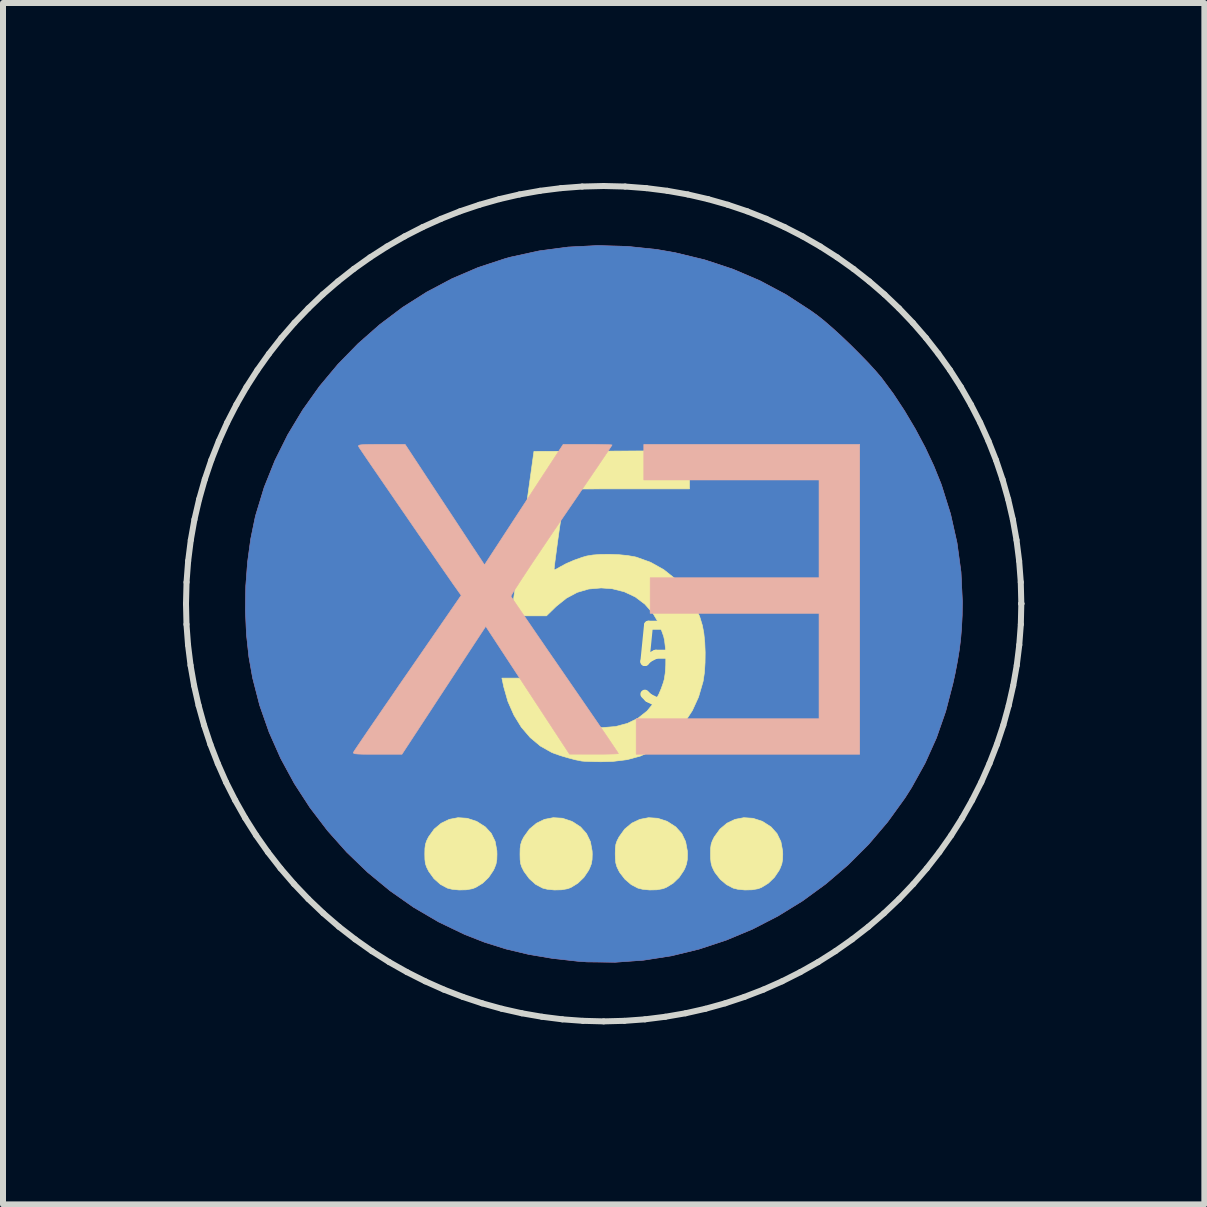
<source format=kicad_pcb>
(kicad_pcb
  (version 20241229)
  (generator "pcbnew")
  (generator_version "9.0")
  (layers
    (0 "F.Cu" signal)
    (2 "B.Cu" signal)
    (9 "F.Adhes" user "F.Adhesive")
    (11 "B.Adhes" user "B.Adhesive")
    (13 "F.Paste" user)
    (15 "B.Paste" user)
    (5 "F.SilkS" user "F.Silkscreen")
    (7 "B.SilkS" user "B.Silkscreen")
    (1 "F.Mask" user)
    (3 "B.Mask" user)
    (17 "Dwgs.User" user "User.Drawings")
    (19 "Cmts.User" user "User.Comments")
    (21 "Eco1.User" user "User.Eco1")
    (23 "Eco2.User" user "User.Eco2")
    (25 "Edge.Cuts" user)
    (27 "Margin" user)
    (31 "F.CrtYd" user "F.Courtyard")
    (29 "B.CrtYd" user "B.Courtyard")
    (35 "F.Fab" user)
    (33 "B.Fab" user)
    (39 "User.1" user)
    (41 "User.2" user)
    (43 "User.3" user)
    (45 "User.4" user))
  (footprint "5"
    (layer "F.Cu")
    (at 8.061 8.061)
    (property "Reference" "5" (at 0 0 0) (layer "F.SilkS") (effects (font (size 1.27 1.27) (thickness 0.15))))
    (attr through_hole)
    (fp_poly (pts (xy -0.654 -7.004) (xy -0.162 -6.952) (xy 0.141 -6.899) (xy 0.632 -6.78) (xy 1.104 -6.624) (xy 1.555 -6.431) (xy 1.988 -6.2) (xy 2.402 -5.931) (xy 2.517 -5.848) (xy 2.632 -5.756) (xy 2.767 -5.639) (xy 2.914 -5.505) (xy 3.067 -5.359) (xy 3.217 -5.209) (xy 3.358 -5.064) (xy 3.482 -4.928) (xy 3.582 -4.811) (xy 3.586 -4.805) (xy 3.776 -4.549) (xy 3.963 -4.265) (xy 4.143 -3.962) (xy 4.308 -3.652) (xy 4.452 -3.345) (xy 4.57 -3.053) (xy 4.58 -3.026) (xy 4.731 -2.544) (xy 4.839 -2.062) (xy 4.905 -1.577) (xy 4.928 -1.09) (xy 4.925 -0.857) (xy 4.915 -0.654) (xy 4.9 -0.468) (xy 4.878 -0.286) (xy 4.847 -0.096) (xy 4.807 0.113) (xy 4.771 0.278) (xy 4.65 0.744) (xy 4.496 1.186) (xy 4.307 1.607) (xy 4.082 2.013) (xy 3.971 2.188) (xy 3.683 2.587) (xy 3.366 2.96) (xy 3.022 3.304) (xy 2.654 3.619) (xy 2.265 3.903) (xy 1.856 4.155) (xy 1.431 4.374) (xy 0.991 4.558) (xy 0.54 4.707) (xy 0.08 4.819) (xy -0.387 4.892) (xy -0.858 4.926) (xy -1.331 4.92) (xy -1.482 4.909) (xy -1.908 4.861) (xy -2.303 4.794) (xy -2.676 4.705) (xy -3.033 4.593) (xy -3.365 4.463) (xy -3.8 4.254) (xy -4.217 4.01) (xy -4.612 3.733) (xy -4.984 3.426) (xy -5.331 3.092) (xy -5.651 2.733) (xy -5.943 2.35) (xy -6.204 1.948) (xy -6.432 1.528) (xy -6.625 1.093) (xy -6.782 0.645) (xy -6.9 0.187) (xy -6.962 -0.162) (xy -7.003 -0.543) (xy -7.02 -0.94) (xy -7.014 -1.343) (xy -6.984 -1.742) (xy -6.932 -2.126) (xy -6.858 -2.485) (xy -6.847 -2.529) (xy -6.707 -2.989) (xy -6.528 -3.435) (xy -6.314 -3.865) (xy -6.066 -4.277) (xy -5.787 -4.669) (xy -5.479 -5.038) (xy -5.143 -5.382) (xy -4.783 -5.699) (xy -4.401 -5.987) (xy -3.997 -6.243) (xy -3.576 -6.466) (xy -3.139 -6.653) (xy -2.688 -6.801) (xy -2.596 -6.826) (xy -2.124 -6.929) (xy -1.64 -6.993) (xy -1.148 -7.018) (xy -0.654 -7.004)) (stroke (width 0.01) (type solid)) (fill yes) (layer "F.Cu"))
    (fp_poly (pts (xy -0.654 -7.004) (xy -0.162 -6.952) (xy 0.141 -6.899) (xy 0.632 -6.78) (xy 1.104 -6.624) (xy 1.555 -6.431) (xy 1.988 -6.2) (xy 2.402 -5.931) (xy 2.517 -5.848) (xy 2.632 -5.756) (xy 2.767 -5.639) (xy 2.914 -5.505) (xy 3.067 -5.359) (xy 3.217 -5.209) (xy 3.358 -5.064) (xy 3.482 -4.928) (xy 3.582 -4.811) (xy 3.586 -4.805) (xy 3.776 -4.549) (xy 3.963 -4.265) (xy 4.143 -3.962) (xy 4.308 -3.652) (xy 4.452 -3.345) (xy 4.57 -3.053) (xy 4.58 -3.026) (xy 4.731 -2.544) (xy 4.839 -2.062) (xy 4.905 -1.577) (xy 4.928 -1.09) (xy 4.925 -0.857) (xy 4.915 -0.654) (xy 4.9 -0.468) (xy 4.878 -0.286) (xy 4.847 -0.096) (xy 4.807 0.113) (xy 4.771 0.278) (xy 4.65 0.744) (xy 4.496 1.186) (xy 4.307 1.607) (xy 4.082 2.013) (xy 3.971 2.188) (xy 3.683 2.587) (xy 3.366 2.96) (xy 3.022 3.304) (xy 2.654 3.619) (xy 2.265 3.903) (xy 1.856 4.155) (xy 1.431 4.374) (xy 0.991 4.558) (xy 0.54 4.707) (xy 0.08 4.819) (xy -0.387 4.892) (xy -0.858 4.926) (xy -1.331 4.92) (xy -1.482 4.909) (xy -1.908 4.861) (xy -2.303 4.794) (xy -2.676 4.705) (xy -3.033 4.593) (xy -3.365 4.463) (xy -3.8 4.254) (xy -4.217 4.01) (xy -4.612 3.733) (xy -4.984 3.426) (xy -5.331 3.092) (xy -5.651 2.733) (xy -5.943 2.35) (xy -6.204 1.948) (xy -6.432 1.528) (xy -6.625 1.093) (xy -6.782 0.645) (xy -6.9 0.187) (xy -6.962 -0.162) (xy -7.003 -0.543) (xy -7.02 -0.94) (xy -7.014 -1.343) (xy -6.984 -1.742) (xy -6.932 -2.126) (xy -6.858 -2.485) (xy -6.847 -2.529) (xy -6.707 -2.989) (xy -6.528 -3.435) (xy -6.314 -3.865) (xy -6.066 -4.277) (xy -5.787 -4.669) (xy -5.479 -5.038) (xy -5.143 -5.382) (xy -4.783 -5.699) (xy -4.401 -5.987) (xy -3.997 -6.243) (xy -3.576 -6.466) (xy -3.139 -6.653) (xy -2.688 -6.801) (xy -2.596 -6.826) (xy -2.124 -6.929) (xy -1.64 -6.993) (xy -1.148 -7.018) (xy -0.654 -7.004)) (stroke (width 0.01) (type solid)) (fill yes) (layer "B.Cu"))
    (fp_poly (pts (xy -3.325 2.527) (xy -3.174 2.576) (xy -3.158 2.584) (xy -3.022 2.671) (xy -2.923 2.779) (xy -2.859 2.911) (xy -2.83 3.066) (xy -2.828 3.125) (xy -2.831 3.218) (xy -2.844 3.29) (xy -2.872 3.363) (xy -2.89 3.399) (xy -2.967 3.513) (xy -3.068 3.61) (xy -3.183 3.68) (xy -3.238 3.701) (xy -3.339 3.719) (xy -3.46 3.722) (xy -3.577 3.71) (xy -3.654 3.691) (xy -3.77 3.629) (xy -3.877 3.534) (xy -3.964 3.414) (xy -3.969 3.405) (xy -4.002 3.339) (xy -4.021 3.281) (xy -4.029 3.214) (xy -4.031 3.122) (xy -4.029 3.029) (xy -4.02 2.962) (xy -4.001 2.904) (xy -3.969 2.839) (xy -3.875 2.708) (xy -3.758 2.61) (xy -3.623 2.545) (xy -3.477 2.517) (xy -3.325 2.527)) (stroke (width 0.01) (type solid)) (fill yes) (layer "F.SilkS"))
    (fp_poly (pts (xy -1.738 2.526) (xy -1.587 2.576) (xy -1.57 2.584) (xy -1.435 2.671) (xy -1.336 2.782) (xy -1.271 2.916) (xy -1.242 3.073) (xy -1.24 3.125) (xy -1.243 3.217) (xy -1.256 3.289) (xy -1.284 3.361) (xy -1.303 3.399) (xy -1.38 3.513) (xy -1.481 3.61) (xy -1.595 3.68) (xy -1.65 3.701) (xy -1.752 3.719) (xy -1.872 3.722) (xy -1.99 3.71) (xy -2.066 3.691) (xy -2.183 3.629) (xy -2.289 3.534) (xy -2.377 3.414) (xy -2.382 3.405) (xy -2.415 3.34) (xy -2.434 3.283) (xy -2.442 3.217) (xy -2.444 3.126) (xy -2.444 3.122) (xy -2.442 3.029) (xy -2.432 2.961) (xy -2.413 2.902) (xy -2.381 2.839) (xy -2.287 2.708) (xy -2.17 2.61) (xy -2.036 2.545) (xy -1.89 2.517) (xy -1.738 2.526)) (stroke (width 0.01) (type solid)) (fill yes) (layer "F.SilkS"))
    (fp_poly (pts (xy -0.149 2.527) (xy 0.002 2.576) (xy 0.017 2.584) (xy 0.152 2.671) (xy 0.252 2.782) (xy 0.316 2.916) (xy 0.345 3.073) (xy 0.347 3.125) (xy 0.344 3.217) (xy 0.331 3.289) (xy 0.304 3.361) (xy 0.285 3.399) (xy 0.208 3.513) (xy 0.107 3.61) (xy -0.008 3.68) (xy -0.063 3.701) (xy -0.164 3.719) (xy -0.285 3.722) (xy -0.402 3.71) (xy -0.479 3.691) (xy -0.59 3.633) (xy -0.694 3.544) (xy -0.779 3.435) (xy -0.799 3.4) (xy -0.83 3.334) (xy -0.848 3.271) (xy -0.855 3.196) (xy -0.857 3.122) (xy -0.855 3.03) (xy -0.847 2.963) (xy -0.828 2.906) (xy -0.795 2.841) (xy -0.794 2.839) (xy -0.7 2.708) (xy -0.582 2.609) (xy -0.447 2.545) (xy -0.301 2.517) (xy -0.149 2.527)) (stroke (width 0.01) (type solid)) (fill yes) (layer "F.SilkS"))
    (fp_poly (pts (xy 1.438 2.527) (xy 1.59 2.576) (xy 1.605 2.584) (xy 1.74 2.671) (xy 1.839 2.782) (xy 1.904 2.916) (xy 1.933 3.073) (xy 1.935 3.125) (xy 1.932 3.217) (xy 1.919 3.289) (xy 1.891 3.361) (xy 1.872 3.399) (xy 1.795 3.513) (xy 1.694 3.61) (xy 1.58 3.68) (xy 1.525 3.701) (xy 1.423 3.719) (xy 1.303 3.722) (xy 1.185 3.71) (xy 1.109 3.691) (xy 0.998 3.633) (xy 0.893 3.544) (xy 0.808 3.435) (xy 0.788 3.4) (xy 0.757 3.334) (xy 0.74 3.271) (xy 0.732 3.196) (xy 0.731 3.122) (xy 0.732 3.03) (xy 0.741 2.963) (xy 0.76 2.906) (xy 0.792 2.841) (xy 0.793 2.839) (xy 0.888 2.708) (xy 1.005 2.609) (xy 1.14 2.545) (xy 1.286 2.517) (xy 1.438 2.527)) (stroke (width 0.01) (type solid)) (fill yes) (layer "F.SilkS"))
    (fp_poly (pts (xy 0.381 -2.963) (xy -0.656 -2.963) (xy -0.861 -2.963) (xy -1.053 -2.963) (xy -1.227 -2.962) (xy -1.379 -2.961) (xy -1.506 -2.96) (xy -1.604 -2.959) (xy -1.667 -2.958) (xy -1.693 -2.956) (xy -1.693 -2.956) (xy -1.696 -2.934) (xy -1.704 -2.876) (xy -1.717 -2.785) (xy -1.734 -2.668) (xy -1.754 -2.529) (xy -1.776 -2.373) (xy -1.789 -2.286) (xy -1.812 -2.124) (xy -1.832 -1.975) (xy -1.849 -1.846) (xy -1.863 -1.74) (xy -1.872 -1.663) (xy -1.876 -1.621) (xy -1.875 -1.614) (xy -1.854 -1.619) (xy -1.81 -1.642) (xy -1.782 -1.659) (xy -1.675 -1.717) (xy -1.543 -1.774) (xy -1.405 -1.823) (xy -1.332 -1.844) (xy -1.228 -1.861) (xy -1.095 -1.871) (xy -0.947 -1.872) (xy -0.794 -1.866) (xy -0.652 -1.852) (xy -0.531 -1.831) (xy -0.505 -1.825) (xy -0.267 -1.739) (xy -0.05 -1.618) (xy 0.142 -1.465) (xy 0.308 -1.281) (xy 0.445 -1.07) (xy 0.55 -0.835) (xy 0.595 -0.688) (xy 0.619 -0.562) (xy 0.635 -0.408) (xy 0.642 -0.238) (xy 0.64 -0.067) (xy 0.63 0.094) (xy 0.61 0.231) (xy 0.606 0.251) (xy 0.532 0.505) (xy 0.429 0.731) (xy 0.294 0.937) (xy 0.139 1.111) (xy -0.045 1.273) (xy -0.235 1.398) (xy -0.437 1.49) (xy -0.657 1.55) (xy -0.901 1.58) (xy -1.097 1.585) (xy -1.204 1.583) (xy -1.3 1.58) (xy -1.374 1.577) (xy -1.417 1.573) (xy -1.418 1.573) (xy -1.522 1.552) (xy -1.643 1.52) (xy -1.765 1.484) (xy -1.872 1.447) (xy -1.919 1.428) (xy -2.105 1.323) (xy -2.274 1.182) (xy -2.422 1.009) (xy -2.546 0.807) (xy -2.646 0.58) (xy -2.717 0.331) (xy -2.718 0.323) (xy -2.746 0.191) (xy -2.102 0.191) (xy -2.075 0.28) (xy -2.012 0.441) (xy -1.924 0.594) (xy -1.817 0.73) (xy -1.699 0.84) (xy -1.598 0.905) (xy -1.471 0.96) (xy -1.341 0.995) (xy -1.194 1.012) (xy -1.073 1.016) (xy -0.852 0.998) (xy -0.653 0.945) (xy -0.477 0.859) (xy -0.326 0.739) (xy -0.202 0.588) (xy -0.129 0.457) (xy -0.091 0.367) (xy -0.057 0.271) (xy -0.04 0.212) (xy -0.024 0.108) (xy -0.015 -0.022) (xy -0.014 -0.165) (xy -0.02 -0.306) (xy -0.034 -0.431) (xy -0.049 -0.502) (xy -0.123 -0.71) (xy -0.229 -0.89) (xy -0.364 -1.042) (xy -0.523 -1.162) (xy -0.706 -1.248) (xy -0.909 -1.299) (xy -1.091 -1.312) (xy -1.299 -1.294) (xy -1.49 -1.238) (xy -1.668 -1.143) (xy -1.837 -1.008) (xy -1.851 -0.995) (xy -2.003 -0.847) (xy -2.293 -0.847) (xy -2.408 -0.847) (xy -2.488 -0.848) (xy -2.539 -0.852) (xy -2.567 -0.859) (xy -2.579 -0.87) (xy -2.581 -0.887) (xy -2.581 -0.894) (xy -2.578 -0.923) (xy -2.569 -0.99) (xy -2.556 -1.092) (xy -2.538 -1.224) (xy -2.517 -1.384) (xy -2.492 -1.567) (xy -2.464 -1.77) (xy -2.434 -1.988) (xy -2.402 -2.219) (xy -2.396 -2.265) (xy -2.212 -3.588) (xy -0.915 -3.593) (xy 0.381 -3.599) (xy 0.381 -2.963)) (stroke (width 0.01) (type solid)) (fill yes) (layer "F.SilkS"))
    (fp_poly (pts (xy 3.217 1.46) (xy -0.508 1.46) (xy -0.508 0.868) (xy 2.54 0.868) (xy 2.54 -0.889) (xy -0.275 -0.889) (xy -0.275 -1.482) (xy 2.54 -1.482) (xy 2.54 -3.111) (xy -0.381 -3.111) (xy -0.381 -3.704) (xy 3.217 -3.704) (xy 3.217 1.46)) (stroke (width 0.01) (type solid)) (fill yes) (layer "B.SilkS"))
    (fp_poly (pts (xy -3.882 -2.979) (xy -3.77 -2.809) (xy -3.657 -2.638) (xy -3.548 -2.473) (xy -3.447 -2.319) (xy -3.357 -2.182) (xy -3.282 -2.068) (xy -3.226 -1.983) (xy -3.22 -1.975) (xy -3.036 -1.696) (xy -2.381 -2.7) (xy -1.725 -3.704) (xy -1.318 -3.704) (xy -1.192 -3.704) (xy -1.081 -3.702) (xy -0.993 -3.7) (xy -0.934 -3.698) (xy -0.91 -3.695) (xy -0.91 -3.695) (xy -0.922 -3.676) (xy -0.955 -3.626) (xy -1.009 -3.545) (xy -1.081 -3.439) (xy -1.169 -3.308) (xy -1.272 -3.157) (xy -1.387 -2.988) (xy -1.512 -2.803) (xy -1.647 -2.606) (xy -1.758 -2.443) (xy -1.898 -2.237) (xy -2.03 -2.041) (xy -2.153 -1.858) (xy -2.265 -1.691) (xy -2.363 -1.542) (xy -2.447 -1.414) (xy -2.514 -1.31) (xy -2.562 -1.234) (xy -2.589 -1.187) (xy -2.595 -1.173) (xy -2.582 -1.152) (xy -2.546 -1.098) (xy -2.49 -1.015) (xy -2.416 -0.906) (xy -2.325 -0.774) (xy -2.22 -0.62) (xy -2.102 -0.448) (xy -1.974 -0.261) (xy -1.836 -0.061) (xy -1.695 0.144) (xy -1.551 0.353) (xy -1.414 0.552) (xy -1.286 0.738) (xy -1.169 0.908) (xy -1.065 1.06) (xy -0.976 1.191) (xy -0.904 1.298) (xy -0.85 1.378) (xy -0.816 1.429) (xy -0.804 1.448) (xy -0.824 1.452) (xy -0.88 1.455) (xy -0.966 1.457) (xy -1.074 1.459) (xy -1.199 1.459) (xy -1.212 1.459) (xy -1.619 1.458) (xy -2.317 0.393) (xy -3.015 -0.672) (xy -3.281 -0.267) (xy -3.358 -0.15) (xy -3.453 -0.004) (xy -3.561 0.161) (xy -3.677 0.338) (xy -3.796 0.519) (xy -3.912 0.697) (xy -3.979 0.799) (xy -4.412 1.46) (xy -4.822 1.46) (xy -4.965 1.46) (xy -5.07 1.459) (xy -5.143 1.456) (xy -5.189 1.452) (xy -5.214 1.445) (xy -5.222 1.435) (xy -5.22 1.429) (xy -5.207 1.406) (xy -5.171 1.352) (xy -5.115 1.269) (xy -5.04 1.159) (xy -4.949 1.025) (xy -4.843 0.871) (xy -4.725 0.698) (xy -4.596 0.511) (xy -4.459 0.31) (xy -4.316 0.104) (xy -3.424 -1.189) (xy -3.465 -1.245) (xy -3.498 -1.292) (xy -3.551 -1.366) (xy -3.62 -1.466) (xy -3.705 -1.588) (xy -3.802 -1.728) (xy -3.909 -1.883) (xy -4.024 -2.049) (xy -4.144 -2.222) (xy -4.267 -2.401) (xy -4.39 -2.58) (xy -4.512 -2.757) (xy -4.629 -2.928) (xy -4.74 -3.089) (xy -4.842 -3.238) (xy -4.933 -3.37) (xy -5.009 -3.482) (xy -5.07 -3.572) (xy -5.112 -3.634) (xy -5.133 -3.667) (xy -5.135 -3.67) (xy -5.136 -3.682) (xy -5.124 -3.691) (xy -5.095 -3.697) (xy -5.043 -3.701) (xy -4.963 -3.703) (xy -4.849 -3.704) (xy -4.753 -3.704) (xy -4.359 -3.704) (xy -3.882 -2.979)) (stroke (width 0.01) (type solid)) (fill yes) (layer "B.SilkS"))
    (fp_line (start -8.011 -1.05) (end -8.002 -1.408) (stroke (width 0.1) (type solid)) (layer "Edge.Cuts"))
    (fp_line (start -8.003 -0.705) (end -8.011 -1.05) (stroke (width 0.1) (type solid)) (layer "Edge.Cuts"))
    (fp_line (start -8.002 -1.408) (end -7.975 -1.762) (stroke (width 0.1) (type solid)) (layer "Edge.Cuts"))
    (fp_line (start -7.977 -0.362) (end -8.003 -0.705) (stroke (width 0.1) (type solid)) (layer "Edge.Cuts"))
    (fp_line (start -7.975 -1.762) (end -7.931 -2.11) (stroke (width 0.1) (type solid)) (layer "Edge.Cuts"))
    (fp_line (start -7.935 -0.022) (end -7.977 -0.362) (stroke (width 0.1) (type solid)) (layer "Edge.Cuts"))
    (fp_line (start -7.931 -2.11) (end -7.87 -2.453) (stroke (width 0.1) (type solid)) (layer "Edge.Cuts"))
    (fp_line (start -7.876 0.315) (end -7.935 -0.022) (stroke (width 0.1) (type solid)) (layer "Edge.Cuts"))
    (fp_line (start -7.87 -2.453) (end -7.792 -2.789) (stroke (width 0.1) (type solid)) (layer "Edge.Cuts"))
    (fp_line (start -7.801 0.647) (end -7.876 0.315) (stroke (width 0.1) (type solid)) (layer "Edge.Cuts"))
    (fp_line (start -7.792 -2.789) (end -7.698 -3.12) (stroke (width 0.1) (type solid)) (layer "Edge.Cuts"))
    (fp_line (start -7.71 0.975) (end -7.801 0.647) (stroke (width 0.1) (type solid)) (layer "Edge.Cuts"))
    (fp_line (start -7.698 -3.12) (end -7.589 -3.443) (stroke (width 0.1) (type solid)) (layer "Edge.Cuts"))
    (fp_line (start -7.604 1.297) (end -7.71 0.975) (stroke (width 0.1) (type solid)) (layer "Edge.Cuts"))
    (fp_line (start -7.589 -3.443) (end -7.464 -3.759) (stroke (width 0.1) (type solid)) (layer "Edge.Cuts"))
    (fp_line (start -7.481 1.614) (end -7.604 1.297) (stroke (width 0.1) (type solid)) (layer "Edge.Cuts"))
    (fp_line (start -7.464 -3.759) (end -7.325 -4.068) (stroke (width 0.1) (type solid)) (layer "Edge.Cuts"))
    (fp_line (start -7.344 1.925) (end -7.481 1.614) (stroke (width 0.1) (type solid)) (layer "Edge.Cuts"))
    (fp_line (start -7.325 -4.068) (end -7.171 -4.368) (stroke (width 0.1) (type solid)) (layer "Edge.Cuts"))
    (fp_line (start -7.191 2.228) (end -7.344 1.925) (stroke (width 0.1) (type solid)) (layer "Edge.Cuts"))
    (fp_line (start -7.171 -4.368) (end -7.003 -4.66) (stroke (width 0.1) (type solid)) (layer "Edge.Cuts"))
    (fp_line (start -7.024 2.524) (end -7.191 2.228) (stroke (width 0.1) (type solid)) (layer "Edge.Cuts"))
    (fp_line (start -7.003 -4.66) (end -6.822 -4.942) (stroke (width 0.1) (type solid)) (layer "Edge.Cuts"))
    (fp_line (start -6.842 2.812) (end -7.024 2.524) (stroke (width 0.1) (type solid)) (layer "Edge.Cuts"))
    (fp_line (start -6.822 -4.942) (end -6.628 -5.215) (stroke (width 0.1) (type solid)) (layer "Edge.Cuts"))
    (fp_line (start -6.645 3.092) (end -6.842 2.812) (stroke (width 0.1) (type solid)) (layer "Edge.Cuts"))
    (fp_line (start -6.628 -5.215) (end -6.422 -5.478) (stroke (width 0.1) (type solid)) (layer "Edge.Cuts"))
    (fp_line (start -6.435 3.362) (end -6.645 3.092) (stroke (width 0.1) (type solid)) (layer "Edge.Cuts"))
    (fp_line (start -6.422 -5.478) (end -6.203 -5.731) (stroke (width 0.1) (type solid)) (layer "Edge.Cuts"))
    (fp_line (start -6.21 3.623) (end -6.435 3.362) (stroke (width 0.1) (type solid)) (layer "Edge.Cuts"))
    (fp_line (start -6.203 -5.731) (end -5.972 -5.972) (stroke (width 0.1) (type solid)) (layer "Edge.Cuts"))
    (fp_line (start -5.972 -5.972) (end -5.731 -6.203) (stroke (width 0.1) (type solid)) (layer "Edge.Cuts"))
    (fp_line (start -5.972 3.873) (end -6.21 3.623) (stroke (width 0.1) (type solid)) (layer "Edge.Cuts"))
    (fp_line (start -5.731 -6.203) (end -5.478 -6.421) (stroke (width 0.1) (type solid)) (layer "Edge.Cuts"))
    (fp_line (start -5.722 4.111) (end -5.972 3.873) (stroke (width 0.1) (type solid)) (layer "Edge.Cuts"))
    (fp_line (start -5.478 -6.421) (end -5.215 -6.628) (stroke (width 0.1) (type solid)) (layer "Edge.Cuts"))
    (fp_line (start -5.462 4.335) (end -5.722 4.111) (stroke (width 0.1) (type solid)) (layer "Edge.Cuts"))
    (fp_line (start -5.215 -6.628) (end -4.942 -6.822) (stroke (width 0.1) (type solid)) (layer "Edge.Cuts"))
    (fp_line (start -5.191 4.545) (end -5.462 4.335) (stroke (width 0.1) (type solid)) (layer "Edge.Cuts"))
    (fp_line (start -4.942 -6.822) (end -4.66 -7.003) (stroke (width 0.1) (type solid)) (layer "Edge.Cuts"))
    (fp_line (start -4.912 4.742) (end -5.191 4.545) (stroke (width 0.1) (type solid)) (layer "Edge.Cuts"))
    (fp_line (start -4.66 -7.003) (end -4.368 -7.171) (stroke (width 0.1) (type solid)) (layer "Edge.Cuts"))
    (fp_line (start -4.624 4.924) (end -4.912 4.742) (stroke (width 0.1) (type solid)) (layer "Edge.Cuts"))
    (fp_line (start -4.368 -7.171) (end -4.068 -7.325) (stroke (width 0.1) (type solid)) (layer "Edge.Cuts"))
    (fp_line (start -4.328 5.091) (end -4.624 4.924) (stroke (width 0.1) (type solid)) (layer "Edge.Cuts"))
    (fp_line (start -4.068 -7.325) (end -3.76 -7.464) (stroke (width 0.1) (type solid)) (layer "Edge.Cuts"))
    (fp_line (start -4.024 5.244) (end -4.328 5.091) (stroke (width 0.1) (type solid)) (layer "Edge.Cuts"))
    (fp_line (start -3.76 -7.464) (end -3.444 -7.589) (stroke (width 0.1) (type solid)) (layer "Edge.Cuts"))
    (fp_line (start -3.714 5.382) (end -4.024 5.244) (stroke (width 0.1) (type solid)) (layer "Edge.Cuts"))
    (fp_line (start -3.444 -7.589) (end -3.12 -7.698) (stroke (width 0.1) (type solid)) (layer "Edge.Cuts"))
    (fp_line (start -3.397 5.504) (end -3.714 5.382) (stroke (width 0.1) (type solid)) (layer "Edge.Cuts"))
    (fp_line (start -3.12 -7.698) (end -2.79 -7.792) (stroke (width 0.1) (type solid)) (layer "Edge.Cuts"))
    (fp_line (start -3.075 5.611) (end -3.397 5.504) (stroke (width 0.1) (type solid)) (layer "Edge.Cuts"))
    (fp_line (start -2.79 -7.792) (end -2.453 -7.87) (stroke (width 0.1) (type solid)) (layer "Edge.Cuts"))
    (fp_line (start -2.747 5.702) (end -3.075 5.611) (stroke (width 0.1) (type solid)) (layer "Edge.Cuts"))
    (fp_line (start -2.453 -7.87) (end -2.11 -7.931) (stroke (width 0.1) (type solid)) (layer "Edge.Cuts"))
    (fp_line (start -2.414 5.777) (end -2.747 5.702) (stroke (width 0.1) (type solid)) (layer "Edge.Cuts"))
    (fp_line (start -2.11 -7.931) (end -1.762 -7.975) (stroke (width 0.1) (type solid)) (layer "Edge.Cuts"))
    (fp_line (start -2.078 5.835) (end -2.414 5.777) (stroke (width 0.1) (type solid)) (layer "Edge.Cuts"))
    (fp_line (start -1.762 -7.975) (end -1.408 -8.002) (stroke (width 0.1) (type solid)) (layer "Edge.Cuts"))
    (fp_line (start -1.738 5.878) (end -2.078 5.835) (stroke (width 0.1) (type solid)) (layer "Edge.Cuts"))
    (fp_line (start -1.408 -8.002) (end -1.05 -8.011) (stroke (width 0.1) (type solid)) (layer "Edge.Cuts"))
    (fp_line (start -1.395 5.903) (end -1.738 5.878) (stroke (width 0.1) (type solid)) (layer "Edge.Cuts"))
    (fp_line (start -1.05 -8.011) (end -0.692 -8.002) (stroke (width 0.1) (type solid)) (layer "Edge.Cuts"))
    (fp_line (start -1.05 5.912) (end -1.395 5.903) (stroke (width 0.1) (type solid)) (layer "Edge.Cuts"))
    (fp_line (start -0.705 5.903) (end -1.05 5.912) (stroke (width 0.1) (type solid)) (layer "Edge.Cuts"))
    (fp_line (start -0.692 -8.002) (end -0.338 -7.975) (stroke (width 0.1) (type solid)) (layer "Edge.Cuts"))
    (fp_line (start -0.362 5.878) (end -0.705 5.903) (stroke (width 0.1) (type solid)) (layer "Edge.Cuts"))
    (fp_line (start -0.338 -7.975) (end 0.01 -7.931) (stroke (width 0.1) (type solid)) (layer "Edge.Cuts"))
    (fp_line (start -0.022 5.835) (end -0.362 5.878) (stroke (width 0.1) (type solid)) (layer "Edge.Cuts"))
    (fp_line (start 0.01 -7.931) (end 0.353 -7.87) (stroke (width 0.1) (type solid)) (layer "Edge.Cuts"))
    (fp_line (start 0.315 5.777) (end -0.022 5.835) (stroke (width 0.1) (type solid)) (layer "Edge.Cuts"))
    (fp_line (start 0.353 -7.87) (end 0.69 -7.792) (stroke (width 0.1) (type solid)) (layer "Edge.Cuts"))
    (fp_line (start 0.647 5.702) (end 0.315 5.777) (stroke (width 0.1) (type solid)) (layer "Edge.Cuts"))
    (fp_line (start 0.69 -7.792) (end 1.02 -7.698) (stroke (width 0.1) (type solid)) (layer "Edge.Cuts"))
    (fp_line (start 0.975 5.611) (end 0.647 5.702) (stroke (width 0.1) (type solid)) (layer "Edge.Cuts"))
    (fp_line (start 1.02 -7.698) (end 1.344 -7.589) (stroke (width 0.1) (type solid)) (layer "Edge.Cuts"))
    (fp_line (start 1.297 5.504) (end 0.975 5.611) (stroke (width 0.1) (type solid)) (layer "Edge.Cuts"))
    (fp_line (start 1.344 -7.589) (end 1.66 -7.464) (stroke (width 0.1) (type solid)) (layer "Edge.Cuts"))
    (fp_line (start 1.614 5.382) (end 1.297 5.504) (stroke (width 0.1) (type solid)) (layer "Edge.Cuts"))
    (fp_line (start 1.66 -7.464) (end 1.968 -7.325) (stroke (width 0.1) (type solid)) (layer "Edge.Cuts"))
    (fp_line (start 1.925 5.244) (end 1.614 5.382) (stroke (width 0.1) (type solid)) (layer "Edge.Cuts"))
    (fp_line (start 1.968 -7.325) (end 2.268 -7.171) (stroke (width 0.1) (type solid)) (layer "Edge.Cuts"))
    (fp_line (start 2.228 5.091) (end 1.925 5.244) (stroke (width 0.1) (type solid)) (layer "Edge.Cuts"))
    (fp_line (start 2.268 -7.171) (end 2.56 -7.003) (stroke (width 0.1) (type solid)) (layer "Edge.Cuts"))
    (fp_line (start 2.524 4.924) (end 2.228 5.091) (stroke (width 0.1) (type solid)) (layer "Edge.Cuts"))
    (fp_line (start 2.56 -7.003) (end 2.842 -6.822) (stroke (width 0.1) (type solid)) (layer "Edge.Cuts"))
    (fp_line (start 2.812 4.742) (end 2.524 4.924) (stroke (width 0.1) (type solid)) (layer "Edge.Cuts"))
    (fp_line (start 2.842 -6.822) (end 3.115 -6.628) (stroke (width 0.1) (type solid)) (layer "Edge.Cuts"))
    (fp_line (start 3.092 4.545) (end 2.812 4.742) (stroke (width 0.1) (type solid)) (layer "Edge.Cuts"))
    (fp_line (start 3.115 -6.628) (end 3.378 -6.421) (stroke (width 0.1) (type solid)) (layer "Edge.Cuts"))
    (fp_line (start 3.362 4.335) (end 3.092 4.545) (stroke (width 0.1) (type solid)) (layer "Edge.Cuts"))
    (fp_line (start 3.378 -6.421) (end 3.631 -6.203) (stroke (width 0.1) (type solid)) (layer "Edge.Cuts"))
    (fp_line (start 3.622 4.111) (end 3.362 4.335) (stroke (width 0.1) (type solid)) (layer "Edge.Cuts"))
    (fp_line (start 3.631 -6.203) (end 3.873 -5.972) (stroke (width 0.1) (type solid)) (layer "Edge.Cuts"))
    (fp_line (start 3.873 -5.972) (end 4.103 -5.731) (stroke (width 0.1) (type solid)) (layer "Edge.Cuts"))
    (fp_line (start 3.873 3.873) (end 3.622 4.111) (stroke (width 0.1) (type solid)) (layer "Edge.Cuts"))
    (fp_line (start 4.103 -5.731) (end 4.322 -5.478) (stroke (width 0.1) (type solid)) (layer "Edge.Cuts"))
    (fp_line (start 4.111 3.623) (end 3.873 3.873) (stroke (width 0.1) (type solid)) (layer "Edge.Cuts"))
    (fp_line (start 4.322 -5.478) (end 4.528 -5.215) (stroke (width 0.1) (type solid)) (layer "Edge.Cuts"))
    (fp_line (start 4.335 3.362) (end 4.111 3.623) (stroke (width 0.1) (type solid)) (layer "Edge.Cuts"))
    (fp_line (start 4.528 -5.215) (end 4.723 -4.942) (stroke (width 0.1) (type solid)) (layer "Edge.Cuts"))
    (fp_line (start 4.545 3.092) (end 4.335 3.362) (stroke (width 0.1) (type solid)) (layer "Edge.Cuts"))
    (fp_line (start 4.723 -4.942) (end 4.904 -4.66) (stroke (width 0.1) (type solid)) (layer "Edge.Cuts"))
    (fp_line (start 4.742 2.812) (end 4.545 3.092) (stroke (width 0.1) (type solid)) (layer "Edge.Cuts"))
    (fp_line (start 4.904 -4.66) (end 5.071 -4.368) (stroke (width 0.1) (type solid)) (layer "Edge.Cuts"))
    (fp_line (start 4.924 2.524) (end 4.742 2.812) (stroke (width 0.1) (type solid)) (layer "Edge.Cuts"))
    (fp_line (start 5.071 -4.368) (end 5.225 -4.068) (stroke (width 0.1) (type solid)) (layer "Edge.Cuts"))
    (fp_line (start 5.091 2.228) (end 4.924 2.524) (stroke (width 0.1) (type solid)) (layer "Edge.Cuts"))
    (fp_line (start 5.225 -4.068) (end 5.364 -3.759) (stroke (width 0.1) (type solid)) (layer "Edge.Cuts"))
    (fp_line (start 5.244 1.925) (end 5.091 2.228) (stroke (width 0.1) (type solid)) (layer "Edge.Cuts"))
    (fp_line (start 5.364 -3.759) (end 5.489 -3.443) (stroke (width 0.1) (type solid)) (layer "Edge.Cuts"))
    (fp_line (start 5.381 1.614) (end 5.244 1.925) (stroke (width 0.1) (type solid)) (layer "Edge.Cuts"))
    (fp_line (start 5.489 -3.443) (end 5.598 -3.12) (stroke (width 0.1) (type solid)) (layer "Edge.Cuts"))
    (fp_line (start 5.504 1.297) (end 5.381 1.614) (stroke (width 0.1) (type solid)) (layer "Edge.Cuts"))
    (fp_line (start 5.598 -3.12) (end 5.692 -2.789) (stroke (width 0.1) (type solid)) (layer "Edge.Cuts"))
    (fp_line (start 5.611 0.975) (end 5.504 1.297) (stroke (width 0.1) (type solid)) (layer "Edge.Cuts"))
    (fp_line (start 5.692 -2.789) (end 5.77 -2.453) (stroke (width 0.1) (type solid)) (layer "Edge.Cuts"))
    (fp_line (start 5.701 0.647) (end 5.611 0.975) (stroke (width 0.1) (type solid)) (layer "Edge.Cuts"))
    (fp_line (start 5.77 -2.453) (end 5.831 -2.11) (stroke (width 0.1) (type solid)) (layer "Edge.Cuts"))
    (fp_line (start 5.776 0.315) (end 5.701 0.647) (stroke (width 0.1) (type solid)) (layer "Edge.Cuts"))
    (fp_line (start 5.831 -2.11) (end 5.875 -1.762) (stroke (width 0.1) (type solid)) (layer "Edge.Cuts"))
    (fp_line (start 5.835 -0.022) (end 5.776 0.315) (stroke (width 0.1) (type solid)) (layer "Edge.Cuts"))
    (fp_line (start 5.875 -1.762) (end 5.902 -1.408) (stroke (width 0.1) (type solid)) (layer "Edge.Cuts"))
    (fp_line (start 5.877 -0.362) (end 5.835 -0.022) (stroke (width 0.1) (type solid)) (layer "Edge.Cuts"))
    (fp_line (start 5.902 -1.408) (end 5.911 -1.05) (stroke (width 0.1) (type solid)) (layer "Edge.Cuts"))
    (fp_line (start 5.903 -0.705) (end 5.877 -0.362) (stroke (width 0.1) (type solid)) (layer "Edge.Cuts"))
    (fp_line (start 5.911 -1.05) (end 5.903 -0.705) (stroke (width 0.1) (type solid)) (layer "Edge.Cuts"))
    (fp_line (start 5.911 -1.05) (end 5.911 -1.05) (stroke (width 0.1) (type solid)) (layer "Edge.Cuts"))
    (fp_line (start 5.911 -1.05) (end 5.911 -1.05) (stroke (width 0.1) (type solid)) (layer "Edge.Cuts")))
  (gr_rect
    (start -3 -3)
    (end 17.023 17.023)
    (stroke (width 0.1) (type default))
    (fill no)
    (layer "Edge.Cuts")))
</source>
